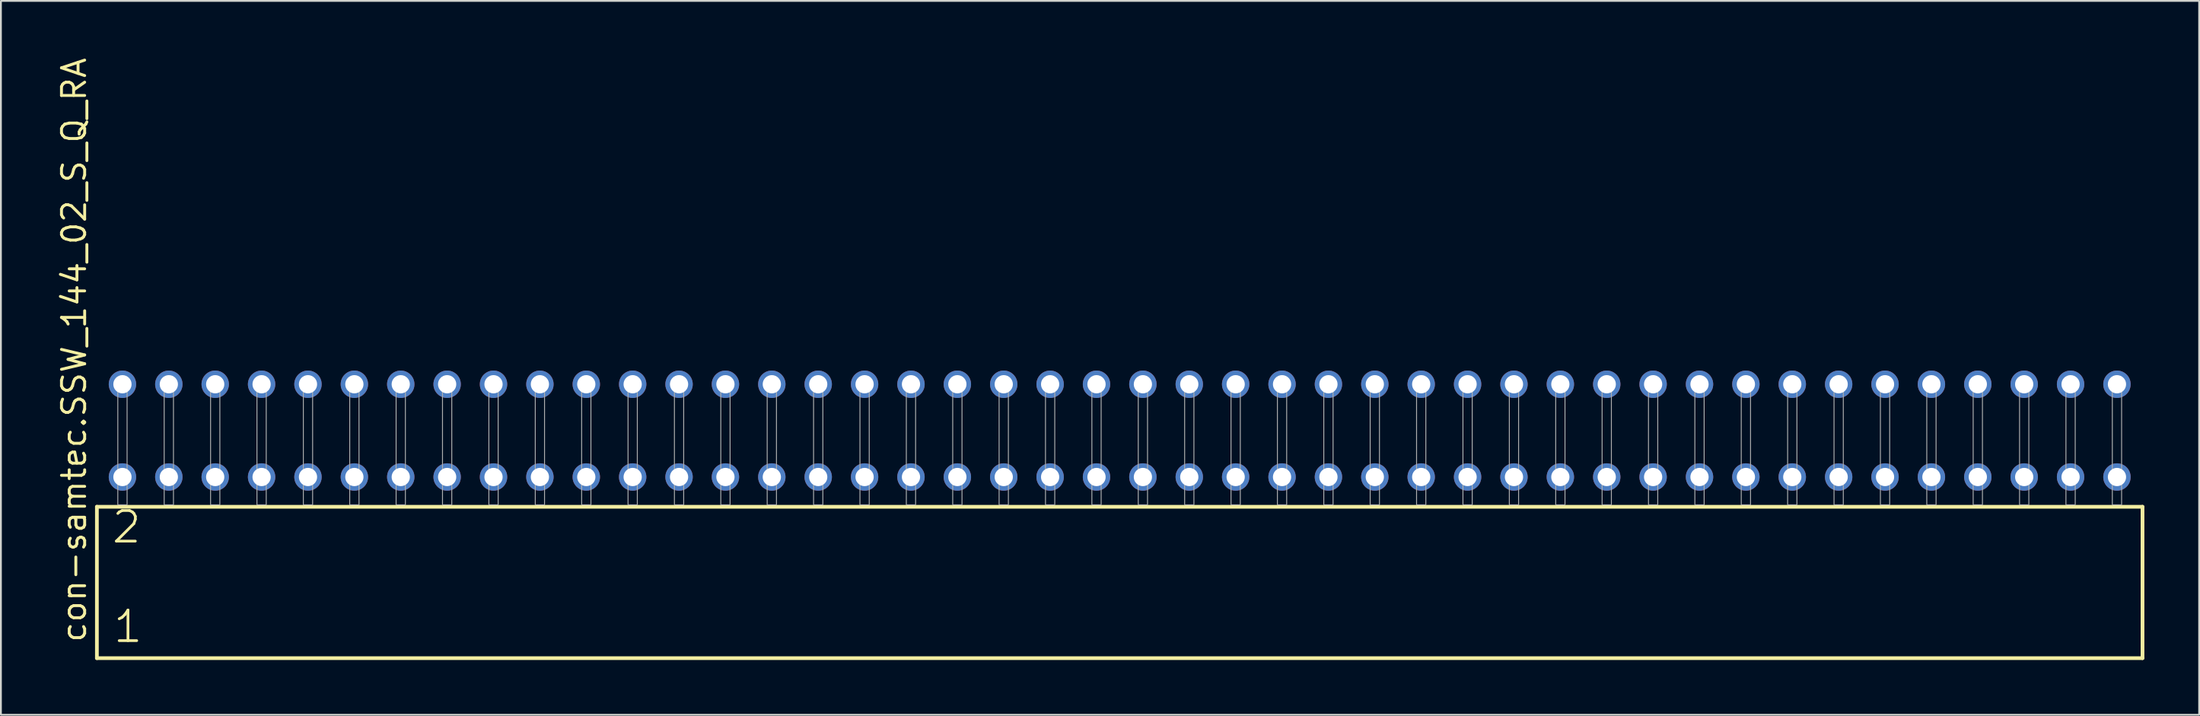
<source format=kicad_pcb>
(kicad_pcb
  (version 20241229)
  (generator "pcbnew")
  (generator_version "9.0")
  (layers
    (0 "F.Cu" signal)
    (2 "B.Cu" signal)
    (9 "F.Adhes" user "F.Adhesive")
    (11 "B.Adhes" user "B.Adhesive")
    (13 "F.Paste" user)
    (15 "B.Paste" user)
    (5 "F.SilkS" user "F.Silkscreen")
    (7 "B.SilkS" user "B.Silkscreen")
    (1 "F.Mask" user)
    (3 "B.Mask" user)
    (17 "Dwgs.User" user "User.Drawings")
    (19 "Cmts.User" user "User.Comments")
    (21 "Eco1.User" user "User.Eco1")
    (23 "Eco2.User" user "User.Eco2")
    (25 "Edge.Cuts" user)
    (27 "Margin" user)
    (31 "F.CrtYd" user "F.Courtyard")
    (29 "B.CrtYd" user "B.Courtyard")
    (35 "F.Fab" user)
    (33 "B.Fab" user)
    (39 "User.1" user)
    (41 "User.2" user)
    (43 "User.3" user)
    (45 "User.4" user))
  (footprint "con-samtec.SSW_144_02_S_Q_RA"
    (layer "F.Cu")
    (at 58.265 24.598)
    (property "Reference" "con-samtec.SSW_144_02_S_Q_RA" (at -56.515 7.62 90) (layer "F.SilkS") (effects (font (size 1.27 1.27) (thickness 0.16)) (justify left bottom)))
    (attr through_hole)
    (fp_line (start -56.009 0.106) (end -56.009 8.396) (stroke (width 0.203) (type default)) (layer "F.SilkS"))
    (fp_line (start -56.009 8.396) (end 56.009 8.396) (stroke (width 0.203) (type default)) (layer "F.SilkS"))
    (fp_line (start 56.009 0.106) (end -56.009 0.106) (stroke (width 0.203) (type default)) (layer "F.SilkS"))
    (fp_line (start 56.009 8.396) (end 56.009 0.106) (stroke (width 0.203) (type default)) (layer "F.SilkS"))
    (fp_rect (start -54.864 0) (end -54.356 -6.858) (stroke (width 0.05) (type default)) (fill no) (layer "F.Fab"))
    (fp_rect (start -52.324 0) (end -51.816 -6.858) (stroke (width 0.05) (type default)) (fill no) (layer "F.Fab"))
    (fp_rect (start -49.784 0) (end -49.276 -6.858) (stroke (width 0.05) (type default)) (fill no) (layer "F.Fab"))
    (fp_rect (start -47.244 0) (end -46.736 -6.858) (stroke (width 0.05) (type default)) (fill no) (layer "F.Fab"))
    (fp_rect (start -44.704 0) (end -44.196 -6.858) (stroke (width 0.05) (type default)) (fill no) (layer "F.Fab"))
    (fp_rect (start -42.164 0) (end -41.656 -6.858) (stroke (width 0.05) (type default)) (fill no) (layer "F.Fab"))
    (fp_rect (start -39.624 0) (end -39.116 -6.858) (stroke (width 0.05) (type default)) (fill no) (layer "F.Fab"))
    (fp_rect (start -37.084 0) (end -36.576 -6.858) (stroke (width 0.05) (type default)) (fill no) (layer "F.Fab"))
    (fp_rect (start -34.544 0) (end -34.036 -6.858) (stroke (width 0.05) (type default)) (fill no) (layer "F.Fab"))
    (fp_rect (start -32.004 0) (end -31.496 -6.858) (stroke (width 0.05) (type default)) (fill no) (layer "F.Fab"))
    (fp_rect (start -29.464 0) (end -28.956 -6.858) (stroke (width 0.05) (type default)) (fill no) (layer "F.Fab"))
    (fp_rect (start -26.924 0) (end -26.416 -6.858) (stroke (width 0.05) (type default)) (fill no) (layer "F.Fab"))
    (fp_rect (start -24.384 0) (end -23.876 -6.858) (stroke (width 0.05) (type default)) (fill no) (layer "F.Fab"))
    (fp_rect (start -21.844 0) (end -21.336 -6.858) (stroke (width 0.05) (type default)) (fill no) (layer "F.Fab"))
    (fp_rect (start -19.304 0) (end -18.796 -6.858) (stroke (width 0.05) (type default)) (fill no) (layer "F.Fab"))
    (fp_rect (start -16.764 0) (end -16.256 -6.858) (stroke (width 0.05) (type default)) (fill no) (layer "F.Fab"))
    (fp_rect (start -14.224 0) (end -13.716 -6.858) (stroke (width 0.05) (type default)) (fill no) (layer "F.Fab"))
    (fp_rect (start -11.684 0) (end -11.176 -6.858) (stroke (width 0.05) (type default)) (fill no) (layer "F.Fab"))
    (fp_rect (start -9.144 0) (end -8.636 -6.858) (stroke (width 0.05) (type default)) (fill no) (layer "F.Fab"))
    (fp_rect (start -6.604 0) (end -6.096 -6.858) (stroke (width 0.05) (type default)) (fill no) (layer "F.Fab"))
    (fp_rect (start -4.064 0) (end -3.556 -6.858) (stroke (width 0.05) (type default)) (fill no) (layer "F.Fab"))
    (fp_rect (start -1.524 0) (end -1.016 -6.858) (stroke (width 0.05) (type default)) (fill no) (layer "F.Fab"))
    (fp_rect (start 1.016 0) (end 1.524 -6.858) (stroke (width 0.05) (type default)) (fill no) (layer "F.Fab"))
    (fp_rect (start 3.556 0) (end 4.064 -6.858) (stroke (width 0.05) (type default)) (fill no) (layer "F.Fab"))
    (fp_rect (start 6.096 0) (end 6.604 -6.858) (stroke (width 0.05) (type default)) (fill no) (layer "F.Fab"))
    (fp_rect (start 8.636 0) (end 9.144 -6.858) (stroke (width 0.05) (type default)) (fill no) (layer "F.Fab"))
    (fp_rect (start 11.176 0) (end 11.684 -6.858) (stroke (width 0.05) (type default)) (fill no) (layer "F.Fab"))
    (fp_rect (start 13.716 0) (end 14.224 -6.858) (stroke (width 0.05) (type default)) (fill no) (layer "F.Fab"))
    (fp_rect (start 16.256 0) (end 16.764 -6.858) (stroke (width 0.05) (type default)) (fill no) (layer "F.Fab"))
    (fp_rect (start 18.796 0) (end 19.304 -6.858) (stroke (width 0.05) (type default)) (fill no) (layer "F.Fab"))
    (fp_rect (start 21.336 0) (end 21.844 -6.858) (stroke (width 0.05) (type default)) (fill no) (layer "F.Fab"))
    (fp_rect (start 23.876 0) (end 24.384 -6.858) (stroke (width 0.05) (type default)) (fill no) (layer "F.Fab"))
    (fp_rect (start 26.416 0) (end 26.924 -6.858) (stroke (width 0.05) (type default)) (fill no) (layer "F.Fab"))
    (fp_rect (start 28.956 0) (end 29.464 -6.858) (stroke (width 0.05) (type default)) (fill no) (layer "F.Fab"))
    (fp_rect (start 31.496 0) (end 32.004 -6.858) (stroke (width 0.05) (type default)) (fill no) (layer "F.Fab"))
    (fp_rect (start 34.036 0) (end 34.544 -6.858) (stroke (width 0.05) (type default)) (fill no) (layer "F.Fab"))
    (fp_rect (start 36.576 0) (end 37.084 -6.858) (stroke (width 0.05) (type default)) (fill no) (layer "F.Fab"))
    (fp_rect (start 39.116 0) (end 39.624 -6.858) (stroke (width 0.05) (type default)) (fill no) (layer "F.Fab"))
    (fp_rect (start 41.656 0) (end 42.164 -6.858) (stroke (width 0.05) (type default)) (fill no) (layer "F.Fab"))
    (fp_rect (start 44.196 0) (end 44.704 -6.858) (stroke (width 0.05) (type default)) (fill no) (layer "F.Fab"))
    (fp_rect (start 46.736 0) (end 47.244 -6.858) (stroke (width 0.05) (type default)) (fill no) (layer "F.Fab"))
    (fp_rect (start 49.276 0) (end 49.784 -6.858) (stroke (width 0.05) (type default)) (fill no) (layer "F.Fab"))
    (fp_rect (start 51.816 0) (end 52.324 -6.858) (stroke (width 0.05) (type default)) (fill no) (layer "F.Fab"))
    (fp_rect (start 54.356 0) (end 54.864 -6.858) (stroke (width 0.05) (type default)) (fill no) (layer "F.Fab"))
    (fp_text user "1" (at -55.205 7.65 0) (layer "F.SilkS") (effects (font (size 1.676 1.676) (thickness 0.15)) (justify left bottom)))
    (fp_text user "2" (at -55.28 2.2 0) (layer "F.SilkS") (effects (font (size 1.676 1.676) (thickness 0.15)) (justify left bottom)))
    (pad "1" thru_hole circle (at -54.61 -1.524) (size 1.5 1.5) (drill 1) (layers "*.Cu" "*.Mask"))
    (pad "2" thru_hole circle (at -54.61 -6.604) (size 1.5 1.5) (drill 1) (layers "*.Cu" "*.Mask"))
    (pad "3" thru_hole circle (at -52.07 -1.524) (size 1.5 1.5) (drill 1) (layers "*.Cu" "*.Mask"))
    (pad "4" thru_hole circle (at -52.07 -6.604) (size 1.5 1.5) (drill 1) (layers "*.Cu" "*.Mask"))
    (pad "5" thru_hole circle (at -49.53 -1.524) (size 1.5 1.5) (drill 1) (layers "*.Cu" "*.Mask"))
    (pad "6" thru_hole circle (at -49.53 -6.604) (size 1.5 1.5) (drill 1) (layers "*.Cu" "*.Mask"))
    (pad "7" thru_hole circle (at -46.99 -1.524) (size 1.5 1.5) (drill 1) (layers "*.Cu" "*.Mask"))
    (pad "8" thru_hole circle (at -46.99 -6.604) (size 1.5 1.5) (drill 1) (layers "*.Cu" "*.Mask"))
    (pad "9" thru_hole circle (at -44.45 -1.524) (size 1.5 1.5) (drill 1) (layers "*.Cu" "*.Mask"))
    (pad "10" thru_hole circle (at -44.45 -6.604) (size 1.5 1.5) (drill 1) (layers "*.Cu" "*.Mask"))
    (pad "11" thru_hole circle (at -41.91 -1.524) (size 1.5 1.5) (drill 1) (layers "*.Cu" "*.Mask"))
    (pad "12" thru_hole circle (at -41.91 -6.604) (size 1.5 1.5) (drill 1) (layers "*.Cu" "*.Mask"))
    (pad "13" thru_hole circle (at -39.37 -1.524) (size 1.5 1.5) (drill 1) (layers "*.Cu" "*.Mask"))
    (pad "14" thru_hole circle (at -39.37 -6.604) (size 1.5 1.5) (drill 1) (layers "*.Cu" "*.Mask"))
    (pad "15" thru_hole circle (at -36.83 -1.524) (size 1.5 1.5) (drill 1) (layers "*.Cu" "*.Mask"))
    (pad "16" thru_hole circle (at -36.83 -6.604) (size 1.5 1.5) (drill 1) (layers "*.Cu" "*.Mask"))
    (pad "17" thru_hole circle (at -34.29 -1.524) (size 1.5 1.5) (drill 1) (layers "*.Cu" "*.Mask"))
    (pad "18" thru_hole circle (at -34.29 -6.604) (size 1.5 1.5) (drill 1) (layers "*.Cu" "*.Mask"))
    (pad "19" thru_hole circle (at -31.75 -1.524) (size 1.5 1.5) (drill 1) (layers "*.Cu" "*.Mask"))
    (pad "20" thru_hole circle (at -31.75 -6.604) (size 1.5 1.5) (drill 1) (layers "*.Cu" "*.Mask"))
    (pad "21" thru_hole circle (at -29.21 -1.524) (size 1.5 1.5) (drill 1) (layers "*.Cu" "*.Mask"))
    (pad "22" thru_hole circle (at -29.21 -6.604) (size 1.5 1.5) (drill 1) (layers "*.Cu" "*.Mask"))
    (pad "23" thru_hole circle (at -26.67 -1.524) (size 1.5 1.5) (drill 1) (layers "*.Cu" "*.Mask"))
    (pad "24" thru_hole circle (at -26.67 -6.604) (size 1.5 1.5) (drill 1) (layers "*.Cu" "*.Mask"))
    (pad "25" thru_hole circle (at -24.13 -1.524) (size 1.5 1.5) (drill 1) (layers "*.Cu" "*.Mask"))
    (pad "26" thru_hole circle (at -24.13 -6.604) (size 1.5 1.5) (drill 1) (layers "*.Cu" "*.Mask"))
    (pad "27" thru_hole circle (at -21.59 -1.524) (size 1.5 1.5) (drill 1) (layers "*.Cu" "*.Mask"))
    (pad "28" thru_hole circle (at -21.59 -6.604) (size 1.5 1.5) (drill 1) (layers "*.Cu" "*.Mask"))
    (pad "29" thru_hole circle (at -19.05 -1.524) (size 1.5 1.5) (drill 1) (layers "*.Cu" "*.Mask"))
    (pad "30" thru_hole circle (at -19.05 -6.604) (size 1.5 1.5) (drill 1) (layers "*.Cu" "*.Mask"))
    (pad "31" thru_hole circle (at -16.51 -1.524) (size 1.5 1.5) (drill 1) (layers "*.Cu" "*.Mask"))
    (pad "32" thru_hole circle (at -16.51 -6.604) (size 1.5 1.5) (drill 1) (layers "*.Cu" "*.Mask"))
    (pad "33" thru_hole circle (at -13.97 -1.524) (size 1.5 1.5) (drill 1) (layers "*.Cu" "*.Mask"))
    (pad "34" thru_hole circle (at -13.97 -6.604) (size 1.5 1.5) (drill 1) (layers "*.Cu" "*.Mask"))
    (pad "35" thru_hole circle (at -11.43 -1.524) (size 1.5 1.5) (drill 1) (layers "*.Cu" "*.Mask"))
    (pad "36" thru_hole circle (at -11.43 -6.604) (size 1.5 1.5) (drill 1) (layers "*.Cu" "*.Mask"))
    (pad "37" thru_hole circle (at -8.89 -1.524) (size 1.5 1.5) (drill 1) (layers "*.Cu" "*.Mask"))
    (pad "38" thru_hole circle (at -8.89 -6.604) (size 1.5 1.5) (drill 1) (layers "*.Cu" "*.Mask"))
    (pad "39" thru_hole circle (at -6.35 -1.524) (size 1.5 1.5) (drill 1) (layers "*.Cu" "*.Mask"))
    (pad "40" thru_hole circle (at -6.35 -6.604) (size 1.5 1.5) (drill 1) (layers "*.Cu" "*.Mask"))
    (pad "41" thru_hole circle (at -3.81 -1.524) (size 1.5 1.5) (drill 1) (layers "*.Cu" "*.Mask"))
    (pad "42" thru_hole circle (at -3.81 -6.604) (size 1.5 1.5) (drill 1) (layers "*.Cu" "*.Mask"))
    (pad "43" thru_hole circle (at -1.27 -1.524) (size 1.5 1.5) (drill 1) (layers "*.Cu" "*.Mask"))
    (pad "44" thru_hole circle (at -1.27 -6.604) (size 1.5 1.5) (drill 1) (layers "*.Cu" "*.Mask"))
    (pad "45" thru_hole circle (at 1.27 -1.524) (size 1.5 1.5) (drill 1) (layers "*.Cu" "*.Mask"))
    (pad "46" thru_hole circle (at 1.27 -6.604) (size 1.5 1.5) (drill 1) (layers "*.Cu" "*.Mask"))
    (pad "47" thru_hole circle (at 3.81 -1.524) (size 1.5 1.5) (drill 1) (layers "*.Cu" "*.Mask"))
    (pad "48" thru_hole circle (at 3.81 -6.604) (size 1.5 1.5) (drill 1) (layers "*.Cu" "*.Mask"))
    (pad "49" thru_hole circle (at 6.35 -1.524) (size 1.5 1.5) (drill 1) (layers "*.Cu" "*.Mask"))
    (pad "50" thru_hole circle (at 6.35 -6.604) (size 1.5 1.5) (drill 1) (layers "*.Cu" "*.Mask"))
    (pad "51" thru_hole circle (at 8.89 -1.524) (size 1.5 1.5) (drill 1) (layers "*.Cu" "*.Mask"))
    (pad "52" thru_hole circle (at 8.89 -6.604) (size 1.5 1.5) (drill 1) (layers "*.Cu" "*.Mask"))
    (pad "53" thru_hole circle (at 11.43 -1.524) (size 1.5 1.5) (drill 1) (layers "*.Cu" "*.Mask"))
    (pad "54" thru_hole circle (at 11.43 -6.604) (size 1.5 1.5) (drill 1) (layers "*.Cu" "*.Mask"))
    (pad "55" thru_hole circle (at 13.97 -1.524) (size 1.5 1.5) (drill 1) (layers "*.Cu" "*.Mask"))
    (pad "56" thru_hole circle (at 13.97 -6.604) (size 1.5 1.5) (drill 1) (layers "*.Cu" "*.Mask"))
    (pad "57" thru_hole circle (at 16.51 -1.524) (size 1.5 1.5) (drill 1) (layers "*.Cu" "*.Mask"))
    (pad "58" thru_hole circle (at 16.51 -6.604) (size 1.5 1.5) (drill 1) (layers "*.Cu" "*.Mask"))
    (pad "59" thru_hole circle (at 19.05 -1.524) (size 1.5 1.5) (drill 1) (layers "*.Cu" "*.Mask"))
    (pad "60" thru_hole circle (at 19.05 -6.604) (size 1.5 1.5) (drill 1) (layers "*.Cu" "*.Mask"))
    (pad "61" thru_hole circle (at 21.59 -1.524) (size 1.5 1.5) (drill 1) (layers "*.Cu" "*.Mask"))
    (pad "62" thru_hole circle (at 21.59 -6.604) (size 1.5 1.5) (drill 1) (layers "*.Cu" "*.Mask"))
    (pad "63" thru_hole circle (at 24.13 -1.524) (size 1.5 1.5) (drill 1) (layers "*.Cu" "*.Mask"))
    (pad "64" thru_hole circle (at 24.13 -6.604) (size 1.5 1.5) (drill 1) (layers "*.Cu" "*.Mask"))
    (pad "65" thru_hole circle (at 26.67 -1.524) (size 1.5 1.5) (drill 1) (layers "*.Cu" "*.Mask"))
    (pad "66" thru_hole circle (at 26.67 -6.604) (size 1.5 1.5) (drill 1) (layers "*.Cu" "*.Mask"))
    (pad "67" thru_hole circle (at 29.21 -1.524) (size 1.5 1.5) (drill 1) (layers "*.Cu" "*.Mask"))
    (pad "68" thru_hole circle (at 29.21 -6.604) (size 1.5 1.5) (drill 1) (layers "*.Cu" "*.Mask"))
    (pad "69" thru_hole circle (at 31.75 -1.524) (size 1.5 1.5) (drill 1) (layers "*.Cu" "*.Mask"))
    (pad "70" thru_hole circle (at 31.75 -6.604) (size 1.5 1.5) (drill 1) (layers "*.Cu" "*.Mask"))
    (pad "71" thru_hole circle (at 34.29 -1.524) (size 1.5 1.5) (drill 1) (layers "*.Cu" "*.Mask"))
    (pad "72" thru_hole circle (at 34.29 -6.604) (size 1.5 1.5) (drill 1) (layers "*.Cu" "*.Mask"))
    (pad "73" thru_hole circle (at 36.83 -1.524) (size 1.5 1.5) (drill 1) (layers "*.Cu" "*.Mask"))
    (pad "74" thru_hole circle (at 36.83 -6.604) (size 1.5 1.5) (drill 1) (layers "*.Cu" "*.Mask"))
    (pad "75" thru_hole circle (at 39.37 -1.524) (size 1.5 1.5) (drill 1) (layers "*.Cu" "*.Mask"))
    (pad "76" thru_hole circle (at 39.37 -6.604) (size 1.5 1.5) (drill 1) (layers "*.Cu" "*.Mask"))
    (pad "77" thru_hole circle (at 41.91 -1.524) (size 1.5 1.5) (drill 1) (layers "*.Cu" "*.Mask"))
    (pad "78" thru_hole circle (at 41.91 -6.604) (size 1.5 1.5) (drill 1) (layers "*.Cu" "*.Mask"))
    (pad "79" thru_hole circle (at 44.45 -1.524) (size 1.5 1.5) (drill 1) (layers "*.Cu" "*.Mask"))
    (pad "80" thru_hole circle (at 44.45 -6.604) (size 1.5 1.5) (drill 1) (layers "*.Cu" "*.Mask"))
    (pad "81" thru_hole circle (at 46.99 -1.524) (size 1.5 1.5) (drill 1) (layers "*.Cu" "*.Mask"))
    (pad "82" thru_hole circle (at 46.99 -6.604) (size 1.5 1.5) (drill 1) (layers "*.Cu" "*.Mask"))
    (pad "83" thru_hole circle (at 49.53 -1.524) (size 1.5 1.5) (drill 1) (layers "*.Cu" "*.Mask"))
    (pad "84" thru_hole circle (at 49.53 -6.604) (size 1.5 1.5) (drill 1) (layers "*.Cu" "*.Mask"))
    (pad "85" thru_hole circle (at 52.07 -1.524) (size 1.5 1.5) (drill 1) (layers "*.Cu" "*.Mask"))
    (pad "86" thru_hole circle (at 52.07 -6.604) (size 1.5 1.5) (drill 1) (layers "*.Cu" "*.Mask"))
    (pad "87" thru_hole circle (at 54.61 -1.524) (size 1.5 1.5) (drill 1) (layers "*.Cu" "*.Mask"))
    (pad "88" thru_hole circle (at 54.61 -6.604) (size 1.5 1.5) (drill 1) (layers "*.Cu" "*.Mask")))
  (gr_rect
    (start -3 -3)
    (end 117.376 36.096)
    (stroke (width 0.1) (type default))
    (fill no)
    (layer "Edge.Cuts")))
</source>
